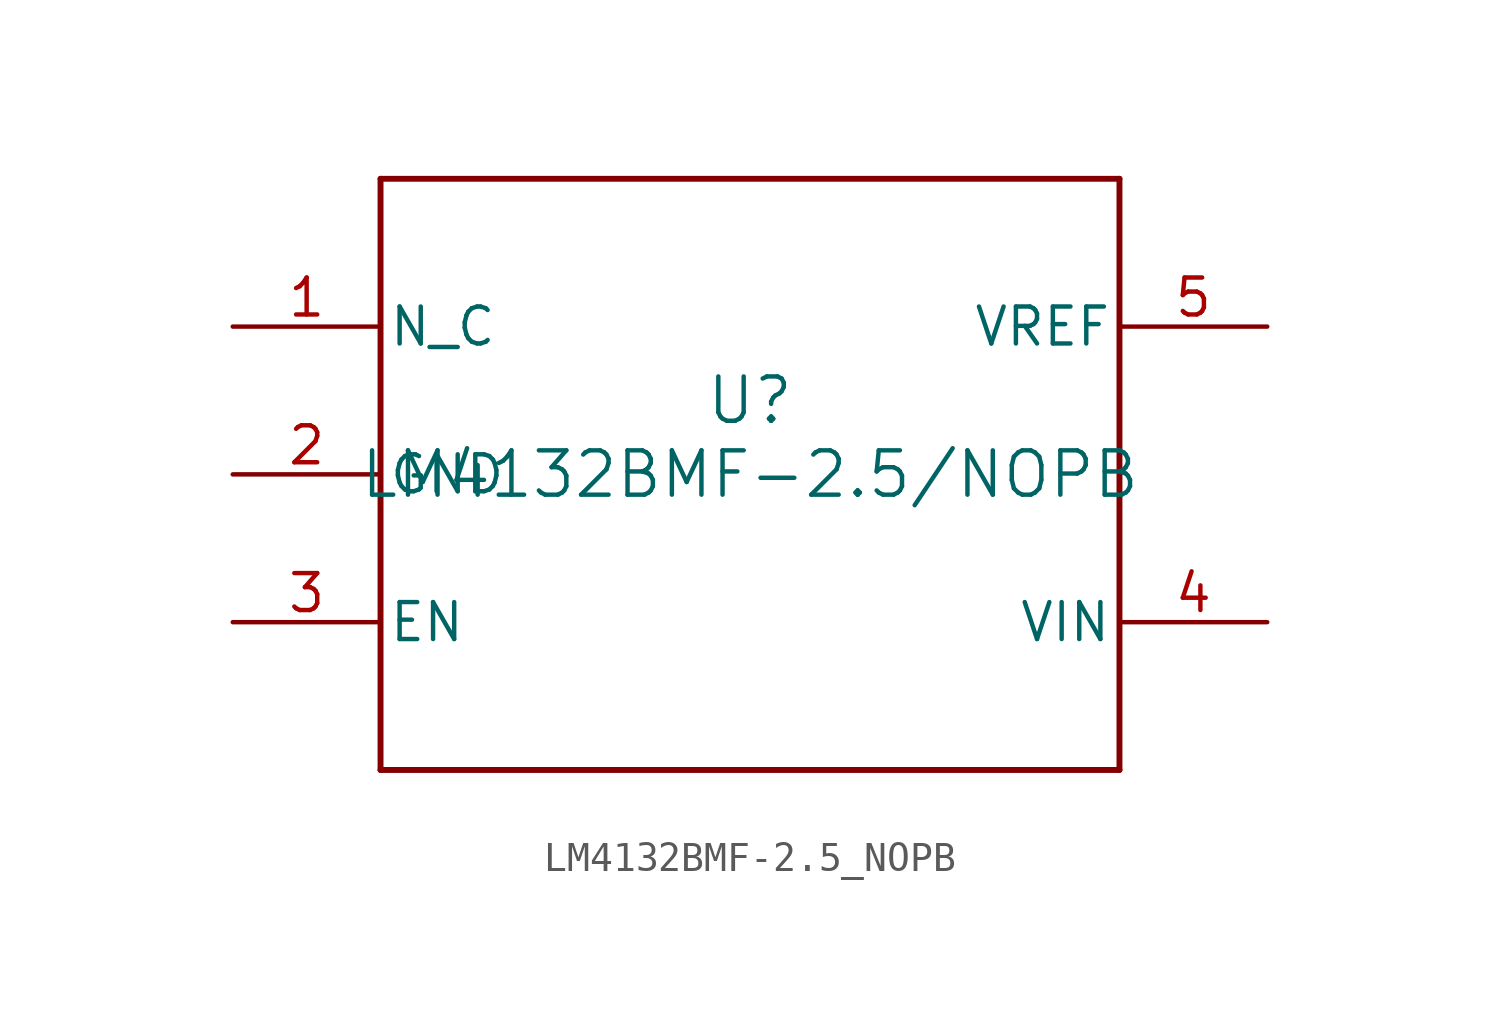
<source format=kicad_sym>
(kicad_symbol_lib
  (version 20211014)
  (generator kicad_symbol_editor)
  (symbol "LM4132BMF-2.5_NOPB"
    (pin_names
      (offset 0.254))
    (property "Reference" "U"
      (at 0 2.54 0)
      (effects (font (size 1.524 1.524))))
    (property "Value" "LM4132BMF-2.5/NOPB"
      (at 0 0 0)
      (effects (font (size 1.524 1.524))))
    (symbol "LM4132BMF-2.5_NOPB_0_1"
      (polyline (pts (xy -12.7 -10.16) (xy 12.7 -10.16)) (stroke (width 0.203) (type default) (color 0 0 0 0)) (fill (type none)))
      (polyline (pts (xy 12.7 -10.16) (xy 12.7 10.16)) (stroke (width 0.203) (type default) (color 0 0 0 0)) (fill (type none)))
      (polyline (pts (xy 12.7 10.16) (xy -12.7 10.16)) (stroke (width 0.203) (type default) (color 0 0 0 0)) (fill (type none)))
      (polyline (pts (xy -12.7 10.16) (xy -12.7 -10.16)) (stroke (width 0.203) (type default) (color 0 0 0 0)) (fill (type none)))
      (pin unspecified line (at -17.78 5.08 0) (length 5.08) (name "N_C" (effects (font (size 1.27 1.27)))) (number "1" (effects (font (size 1.27 1.27)))))
      (pin power_in line (at -17.78 0 0) (length 5.08) (name "GND" (effects (font (size 1.27 1.27)))) (number "2" (effects (font (size 1.27 1.27)))))
      (pin input line (at -17.78 -5.08 0) (length 5.08) (name "EN" (effects (font (size 1.27 1.27)))) (number "3" (effects (font (size 1.27 1.27)))))
      (pin power_in line (at 17.78 -5.08 180) (length 5.08) (name "VIN" (effects (font (size 1.27 1.27)))) (number "4" (effects (font (size 1.27 1.27)))))
      (pin power_in line (at 17.78 5.08 180) (length 5.08) (name "VREF" (effects (font (size 1.27 1.27)))) (number "5" (effects (font (size 1.27 1.27))))))))
</source>
